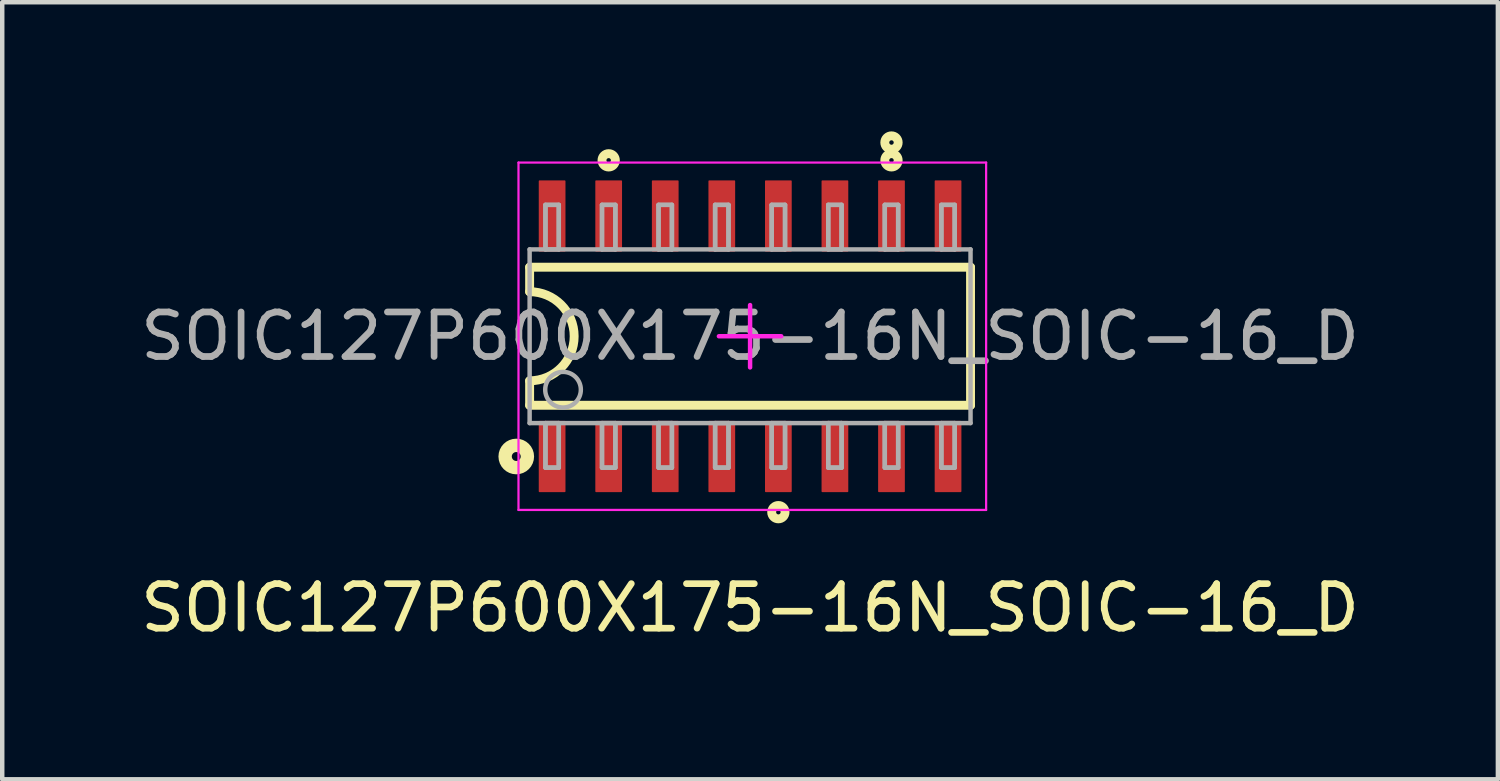
<source format=kicad_pcb>
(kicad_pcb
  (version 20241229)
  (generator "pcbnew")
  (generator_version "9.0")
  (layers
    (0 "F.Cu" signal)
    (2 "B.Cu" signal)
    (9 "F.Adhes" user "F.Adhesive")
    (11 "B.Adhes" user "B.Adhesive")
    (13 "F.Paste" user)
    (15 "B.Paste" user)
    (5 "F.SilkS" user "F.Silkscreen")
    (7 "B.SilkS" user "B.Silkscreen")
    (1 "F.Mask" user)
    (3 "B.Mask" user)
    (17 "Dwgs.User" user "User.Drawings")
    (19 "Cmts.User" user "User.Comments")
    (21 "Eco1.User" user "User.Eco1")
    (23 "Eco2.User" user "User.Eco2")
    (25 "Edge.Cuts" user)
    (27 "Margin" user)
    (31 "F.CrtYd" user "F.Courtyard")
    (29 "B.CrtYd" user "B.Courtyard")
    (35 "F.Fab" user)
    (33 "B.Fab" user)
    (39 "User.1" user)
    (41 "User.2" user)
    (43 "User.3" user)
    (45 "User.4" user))
  (footprint "SOIC127P600X175-16N_SOIC-16_D"
    (layer "F.Cu")
    (at 13.792 4.5)
    (property "Reference" "SOIC127P600X175-16N_SOIC-16_D" (at 0 6.1 0) (layer "F.SilkS") (effects (font (size 1 1) (thickness 0.15))))
    (attr through_hole)
    (fp_line (start -4.95 -1.55) (end -4.95 -1) (stroke (width 0.2) (type solid)) (layer "F.SilkS"))
    (fp_line (start -4.95 1) (end -4.95 1.55) (stroke (width 0.2) (type solid)) (layer "F.SilkS"))
    (fp_line (start -4.95 1.55) (end 4.95 1.55) (stroke (width 0.2) (type solid)) (layer "F.SilkS"))
    (fp_line (start 4.95 -1.55) (end -4.95 -1.55) (stroke (width 0.2) (type solid)) (layer "F.SilkS"))
    (fp_line (start 4.95 1.55) (end 4.95 -1.55) (stroke (width 0.2) (type solid)) (layer "F.SilkS"))
    (fp_arc (start -4.95 -1) (mid -3.95 0) (end -4.95 1) (stroke (width 0.2) (type solid)) (layer "F.SilkS"))
    (fp_circle (center -5.25 2.7) (end -5.15 2.7) (stroke (width 0.3) (type solid)) (fill no) (layer "F.SilkS"))
    (fp_circle (center -3.175 -3.95) (end -3.225 -3.95) (stroke (width 0.2) (type solid)) (fill no) (layer "F.SilkS"))
    (fp_circle (center 0.635 3.95) (end 0.685 3.95) (stroke (width 0.2) (type solid)) (fill no) (layer "F.SilkS"))
    (fp_circle (center 3.175 -4.35) (end 3.125 -4.35) (stroke (width 0.2) (type solid)) (fill no) (layer "F.SilkS"))
    (fp_circle (center 3.175 -3.95) (end 3.125 -3.95) (stroke (width 0.2) (type solid)) (fill no) (layer "F.SilkS"))
    (fp_line (start -5.2 -3.9) (end 5.3 -3.9) (stroke (width 0.05) (type solid)) (layer "F.CrtYd"))
    (fp_line (start -5.2 3.9) (end -5.2 -3.9) (stroke (width 0.05) (type solid)) (layer "F.CrtYd"))
    (fp_line (start 0 -0.7) (end 0 0.7) (stroke (width 0.1) (type solid)) (layer "F.CrtYd"))
    (fp_line (start 0.7 0) (end -0.7 0) (stroke (width 0.1) (type solid)) (layer "F.CrtYd"))
    (fp_line (start 5.3 -3.9) (end 5.3 3.9) (stroke (width 0.05) (type solid)) (layer "F.CrtYd"))
    (fp_line (start 5.3 3.9) (end -5.2 3.9) (stroke (width 0.05) (type solid)) (layer "F.CrtYd"))
    (fp_line (start -4.95 -1.95) (end 4.95 -1.95) (stroke (width 0.1) (type solid)) (layer "F.Fab"))
    (fp_line (start -4.95 1.95) (end -4.95 -1.95) (stroke (width 0.1) (type solid)) (layer "F.Fab"))
    (fp_line (start -4.595 -2.95) (end -4.595 -1.95) (stroke (width 0.1) (type solid)) (layer "F.Fab"))
    (fp_line (start -4.595 1.95) (end -4.595 2.95) (stroke (width 0.1) (type solid)) (layer "F.Fab"))
    (fp_line (start -4.595 2.95) (end -4.295 2.95) (stroke (width 0.1) (type solid)) (layer "F.Fab"))
    (fp_line (start -4.295 -2.95) (end -4.595 -2.95) (stroke (width 0.1) (type solid)) (layer "F.Fab"))
    (fp_line (start -4.295 -1.95) (end -4.295 -2.95) (stroke (width 0.1) (type solid)) (layer "F.Fab"))
    (fp_line (start -4.295 2.95) (end -4.295 1.95) (stroke (width 0.1) (type solid)) (layer "F.Fab"))
    (fp_line (start -3.325 -2.95) (end -3.325 -1.95) (stroke (width 0.1) (type solid)) (layer "F.Fab"))
    (fp_line (start -3.325 1.95) (end -3.325 2.95) (stroke (width 0.1) (type solid)) (layer "F.Fab"))
    (fp_line (start -3.325 2.95) (end -3.025 2.95) (stroke (width 0.1) (type solid)) (layer "F.Fab"))
    (fp_line (start -3.025 -2.95) (end -3.325 -2.95) (stroke (width 0.1) (type solid)) (layer "F.Fab"))
    (fp_line (start -3.025 -1.95) (end -3.025 -2.95) (stroke (width 0.1) (type solid)) (layer "F.Fab"))
    (fp_line (start -3.025 2.95) (end -3.025 1.95) (stroke (width 0.1) (type solid)) (layer "F.Fab"))
    (fp_line (start -2.055 -2.95) (end -2.055 -1.95) (stroke (width 0.1) (type solid)) (layer "F.Fab"))
    (fp_line (start -2.055 1.95) (end -2.055 2.95) (stroke (width 0.1) (type solid)) (layer "F.Fab"))
    (fp_line (start -2.055 2.95) (end -1.755 2.95) (stroke (width 0.1) (type solid)) (layer "F.Fab"))
    (fp_line (start -1.755 -2.95) (end -2.055 -2.95) (stroke (width 0.1) (type solid)) (layer "F.Fab"))
    (fp_line (start -1.755 -1.95) (end -1.755 -2.95) (stroke (width 0.1) (type solid)) (layer "F.Fab"))
    (fp_line (start -1.755 2.95) (end -1.755 1.95) (stroke (width 0.1) (type solid)) (layer "F.Fab"))
    (fp_line (start -0.785 -2.95) (end -0.785 -1.95) (stroke (width 0.1) (type solid)) (layer "F.Fab"))
    (fp_line (start -0.785 1.95) (end -0.785 2.95) (stroke (width 0.1) (type solid)) (layer "F.Fab"))
    (fp_line (start -0.785 2.95) (end -0.485 2.95) (stroke (width 0.1) (type solid)) (layer "F.Fab"))
    (fp_line (start -0.485 -2.95) (end -0.785 -2.95) (stroke (width 0.1) (type solid)) (layer "F.Fab"))
    (fp_line (start -0.485 -1.95) (end -0.485 -2.95) (stroke (width 0.1) (type solid)) (layer "F.Fab"))
    (fp_line (start -0.485 2.95) (end -0.485 1.95) (stroke (width 0.1) (type solid)) (layer "F.Fab"))
    (fp_line (start 0.485 -2.95) (end 0.485 -1.95) (stroke (width 0.1) (type solid)) (layer "F.Fab"))
    (fp_line (start 0.485 1.95) (end 0.485 2.95) (stroke (width 0.1) (type solid)) (layer "F.Fab"))
    (fp_line (start 0.485 2.95) (end 0.785 2.95) (stroke (width 0.1) (type solid)) (layer "F.Fab"))
    (fp_line (start 0.785 -2.95) (end 0.485 -2.95) (stroke (width 0.1) (type solid)) (layer "F.Fab"))
    (fp_line (start 0.785 -1.95) (end 0.785 -2.95) (stroke (width 0.1) (type solid)) (layer "F.Fab"))
    (fp_line (start 0.785 2.95) (end 0.785 1.95) (stroke (width 0.1) (type solid)) (layer "F.Fab"))
    (fp_line (start 1.755 -2.95) (end 1.755 -1.95) (stroke (width 0.1) (type solid)) (layer "F.Fab"))
    (fp_line (start 1.755 1.95) (end 1.755 2.95) (stroke (width 0.1) (type solid)) (layer "F.Fab"))
    (fp_line (start 1.755 2.95) (end 2.055 2.95) (stroke (width 0.1) (type solid)) (layer "F.Fab"))
    (fp_line (start 2.055 -2.95) (end 1.755 -2.95) (stroke (width 0.1) (type solid)) (layer "F.Fab"))
    (fp_line (start 2.055 -1.95) (end 2.055 -2.95) (stroke (width 0.1) (type solid)) (layer "F.Fab"))
    (fp_line (start 2.055 2.95) (end 2.055 1.95) (stroke (width 0.1) (type solid)) (layer "F.Fab"))
    (fp_line (start 3.025 -2.95) (end 3.025 -1.95) (stroke (width 0.1) (type solid)) (layer "F.Fab"))
    (fp_line (start 3.025 1.95) (end 3.025 2.95) (stroke (width 0.1) (type solid)) (layer "F.Fab"))
    (fp_line (start 3.025 2.95) (end 3.325 2.95) (stroke (width 0.1) (type solid)) (layer "F.Fab"))
    (fp_line (start 3.325 -2.95) (end 3.025 -2.95) (stroke (width 0.1) (type solid)) (layer "F.Fab"))
    (fp_line (start 3.325 -1.95) (end 3.325 -2.95) (stroke (width 0.1) (type solid)) (layer "F.Fab"))
    (fp_line (start 3.325 2.95) (end 3.325 1.95) (stroke (width 0.1) (type solid)) (layer "F.Fab"))
    (fp_line (start 4.295 -2.95) (end 4.295 -1.95) (stroke (width 0.1) (type solid)) (layer "F.Fab"))
    (fp_line (start 4.295 1.95) (end 4.295 2.95) (stroke (width 0.1) (type solid)) (layer "F.Fab"))
    (fp_line (start 4.295 2.95) (end 4.595 2.95) (stroke (width 0.1) (type solid)) (layer "F.Fab"))
    (fp_line (start 4.595 -2.95) (end 4.295 -2.95) (stroke (width 0.1) (type solid)) (layer "F.Fab"))
    (fp_line (start 4.595 -1.95) (end 4.595 -2.95) (stroke (width 0.1) (type solid)) (layer "F.Fab"))
    (fp_line (start 4.595 2.95) (end 4.595 1.95) (stroke (width 0.1) (type solid)) (layer "F.Fab"))
    (fp_line (start 4.95 -1.95) (end 4.95 1.95) (stroke (width 0.1) (type solid)) (layer "F.Fab"))
    (fp_line (start 4.95 1.95) (end -4.95 1.95) (stroke (width 0.1) (type solid)) (layer "F.Fab"))
    (fp_circle (center -4.2 1.2) (end -4.6 1.2) (stroke (width 0.1) (type solid)) (fill no) (layer "F.Fab"))
    (fp_poly (pts (xy -4.595 -2.95) (xy -4.295 -2.95) (xy -4.295 -1.95) (xy -4.595 -1.95)) (stroke (width 0.1) (type solid)) (fill no) (layer "F.Fab"))
    (fp_poly (pts (xy -4.295 2.95) (xy -4.595 2.95) (xy -4.595 1.95) (xy -4.295 1.95)) (stroke (width 0.1) (type solid)) (fill no) (layer "F.Fab"))
    (fp_poly (pts (xy -3.325 -2.95) (xy -3.025 -2.95) (xy -3.025 -1.95) (xy -3.325 -1.95)) (stroke (width 0.1) (type solid)) (fill no) (layer "F.Fab"))
    (fp_poly (pts (xy -3.025 2.95) (xy -3.325 2.95) (xy -3.325 1.95) (xy -3.025 1.95)) (stroke (width 0.1) (type solid)) (fill no) (layer "F.Fab"))
    (fp_poly (pts (xy -2.055 -2.95) (xy -1.755 -2.95) (xy -1.755 -1.95) (xy -2.055 -1.95)) (stroke (width 0.1) (type solid)) (fill no) (layer "F.Fab"))
    (fp_poly (pts (xy -1.755 2.95) (xy -2.055 2.95) (xy -2.055 1.95) (xy -1.755 1.95)) (stroke (width 0.1) (type solid)) (fill no) (layer "F.Fab"))
    (fp_poly (pts (xy -0.785 -2.95) (xy -0.485 -2.95) (xy -0.485 -1.95) (xy -0.785 -1.95)) (stroke (width 0.1) (type solid)) (fill no) (layer "F.Fab"))
    (fp_poly (pts (xy -0.485 2.95) (xy -0.785 2.95) (xy -0.785 1.95) (xy -0.485 1.95)) (stroke (width 0.1) (type solid)) (fill no) (layer "F.Fab"))
    (fp_poly (pts (xy 0.485 -2.95) (xy 0.785 -2.95) (xy 0.785 -1.95) (xy 0.485 -1.95)) (stroke (width 0.1) (type solid)) (fill no) (layer "F.Fab"))
    (fp_poly (pts (xy 0.785 2.95) (xy 0.485 2.95) (xy 0.485 1.95) (xy 0.785 1.95)) (stroke (width 0.1) (type solid)) (fill no) (layer "F.Fab"))
    (fp_poly (pts (xy 1.755 -2.95) (xy 2.055 -2.95) (xy 2.055 -1.95) (xy 1.755 -1.95)) (stroke (width 0.1) (type solid)) (fill no) (layer "F.Fab"))
    (fp_poly (pts (xy 2.055 2.95) (xy 1.755 2.95) (xy 1.755 1.95) (xy 2.055 1.95)) (stroke (width 0.1) (type solid)) (fill no) (layer "F.Fab"))
    (fp_poly (pts (xy 3.025 -2.95) (xy 3.325 -2.95) (xy 3.325 -1.95) (xy 3.025 -1.95)) (stroke (width 0.1) (type solid)) (fill no) (layer "F.Fab"))
    (fp_poly (pts (xy 3.325 2.95) (xy 3.025 2.95) (xy 3.025 1.95) (xy 3.325 1.95)) (stroke (width 0.1) (type solid)) (fill no) (layer "F.Fab"))
    (fp_poly (pts (xy 4.295 -2.95) (xy 4.595 -2.95) (xy 4.595 -1.95) (xy 4.295 -1.95)) (stroke (width 0.1) (type solid)) (fill no) (layer "F.Fab"))
    (fp_poly (pts (xy 4.595 2.95) (xy 4.295 2.95) (xy 4.295 1.95) (xy 4.595 1.95)) (stroke (width 0.1) (type solid)) (fill no) (layer "F.Fab"))
    (fp_text user "${REFERENCE}" (at 0 0 0) (layer "F.Fab") (effects (font (size 1 1) (thickness 0.15))))
    (pad "1" smd roundrect (at -4.445 2.7) (size 0.6 1.6) (layers "F.Cu" "F.Mask" "F.Paste") (roundrect_rratio 0.03))
    (pad "2" smd roundrect (at -3.175 2.7) (size 0.6 1.6) (layers "F.Cu" "F.Mask" "F.Paste") (roundrect_rratio 0.03))
    (pad "3" smd roundrect (at -1.905 2.7) (size 0.6 1.6) (layers "F.Cu" "F.Mask" "F.Paste") (roundrect_rratio 0.03))
    (pad "4" smd roundrect (at -0.635 2.7) (size 0.6 1.6) (layers "F.Cu" "F.Mask" "F.Paste") (roundrect_rratio 0.03))
    (pad "5" smd roundrect (at 0.635 2.7) (size 0.6 1.6) (layers "F.Cu" "F.Mask" "F.Paste") (roundrect_rratio 0.03))
    (pad "6" smd roundrect (at 1.905 2.7) (size 0.6 1.6) (layers "F.Cu" "F.Mask" "F.Paste") (roundrect_rratio 0.03))
    (pad "7" smd roundrect (at 3.175 2.7) (size 0.6 1.6) (layers "F.Cu" "F.Mask" "F.Paste") (roundrect_rratio 0.03))
    (pad "8" smd roundrect (at 4.445 2.7) (size 0.6 1.6) (layers "F.Cu" "F.Mask" "F.Paste") (roundrect_rratio 0.03))
    (pad "9" smd roundrect (at 4.445 -2.7) (size 0.6 1.6) (layers "F.Cu" "F.Mask" "F.Paste") (roundrect_rratio 0.03))
    (pad "10" smd roundrect (at 3.175 -2.7) (size 0.6 1.6) (layers "F.Cu" "F.Mask" "F.Paste") (roundrect_rratio 0.03))
    (pad "11" smd roundrect (at 1.905 -2.7) (size 0.6 1.6) (layers "F.Cu" "F.Mask" "F.Paste") (roundrect_rratio 0.03))
    (pad "12" smd roundrect (at 0.635 -2.7) (size 0.6 1.6) (layers "F.Cu" "F.Mask" "F.Paste") (roundrect_rratio 0.03))
    (pad "13" smd roundrect (at -0.635 -2.7) (size 0.6 1.6) (layers "F.Cu" "F.Mask" "F.Paste") (roundrect_rratio 0.03))
    (pad "14" smd roundrect (at -1.905 -2.7) (size 0.6 1.6) (layers "F.Cu" "F.Mask" "F.Paste") (roundrect_rratio 0.03))
    (pad "15" smd roundrect (at -3.175 -2.7) (size 0.6 1.6) (layers "F.Cu" "F.Mask" "F.Paste") (roundrect_rratio 0.03))
    (pad "16" smd roundrect (at -4.445 -2.7) (size 0.6 1.6) (layers "F.Cu" "F.Mask" "F.Paste") (roundrect_rratio 0.03)))
  (gr_rect
    (start -3 -3)
    (end 30.583 14.448)
    (stroke (width 0.1) (type default))
    (fill no)
    (layer "Edge.Cuts")))
</source>
